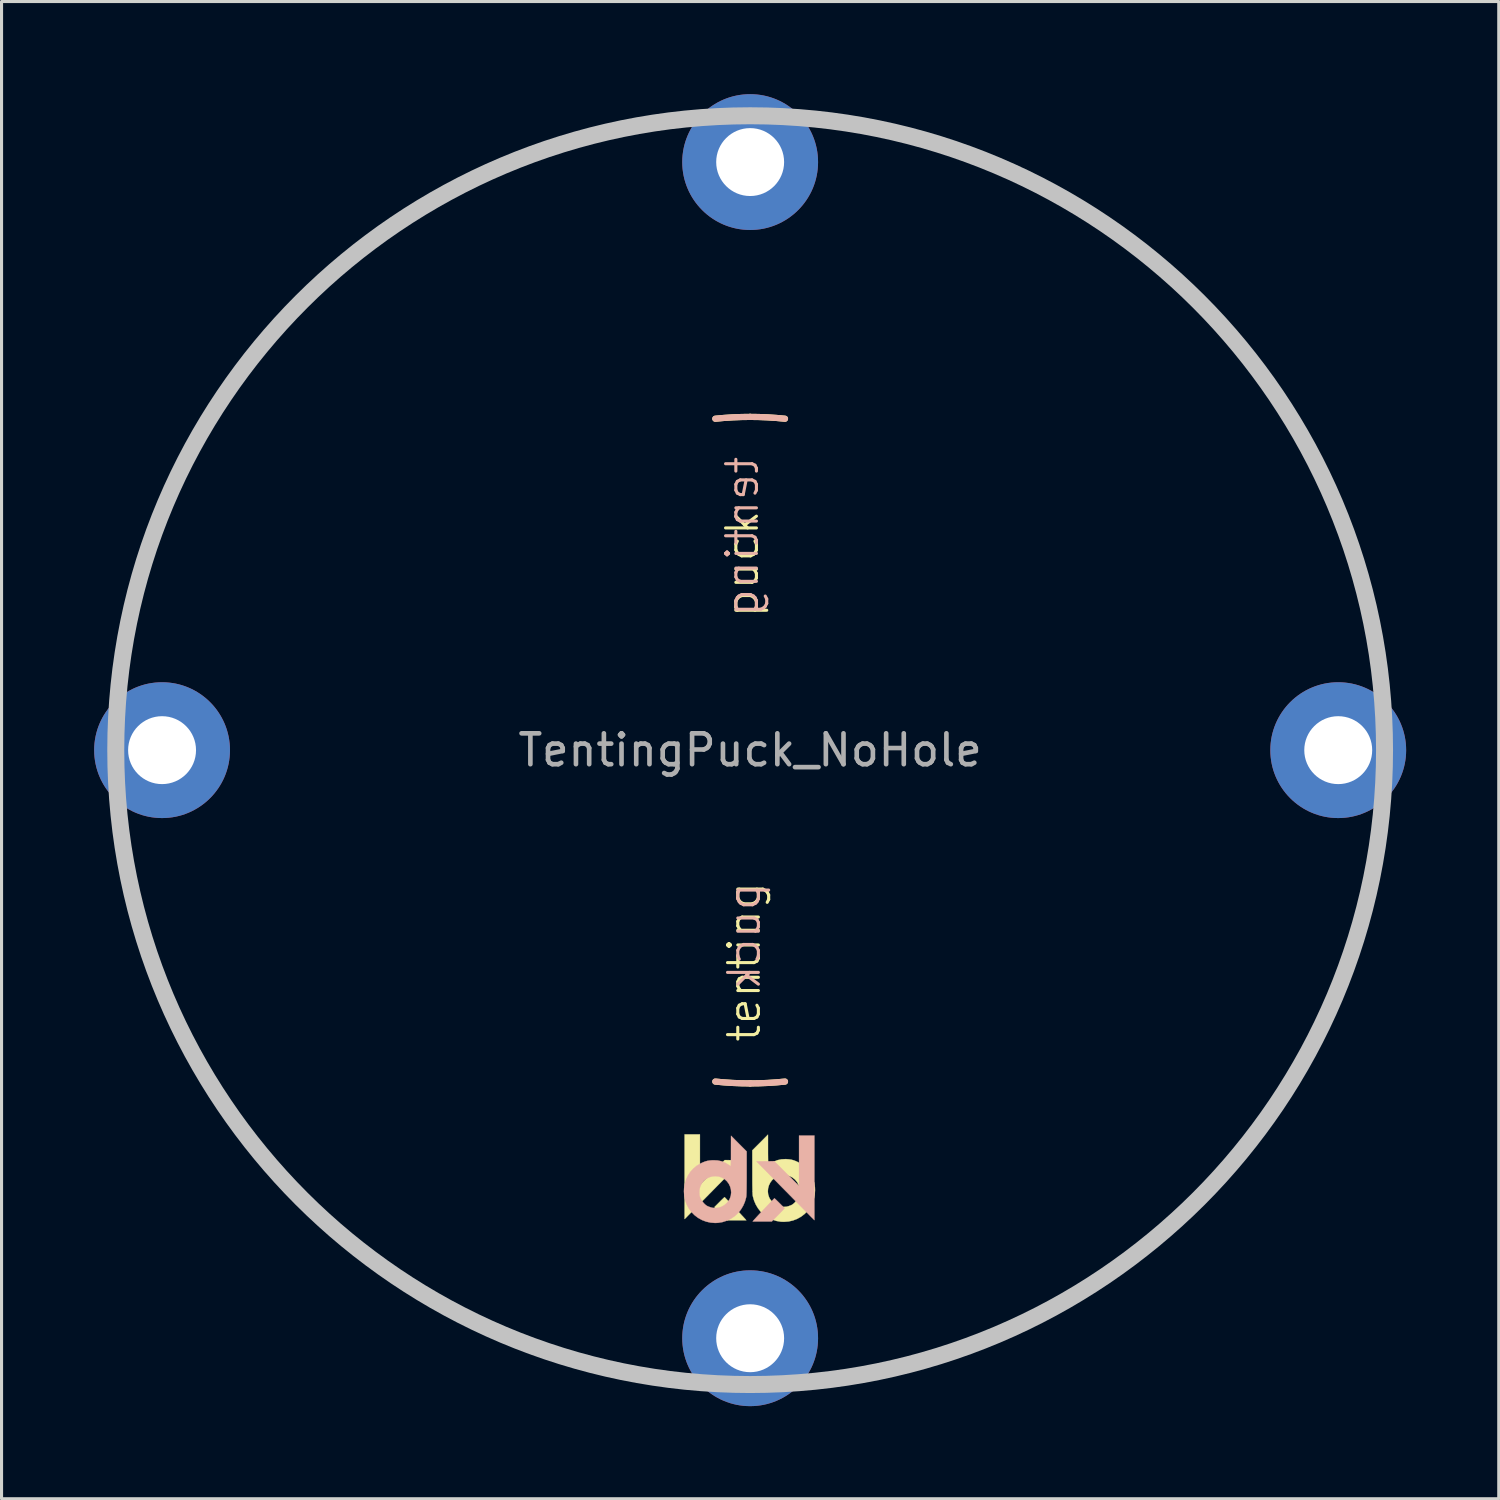
<source format=kicad_pcb>
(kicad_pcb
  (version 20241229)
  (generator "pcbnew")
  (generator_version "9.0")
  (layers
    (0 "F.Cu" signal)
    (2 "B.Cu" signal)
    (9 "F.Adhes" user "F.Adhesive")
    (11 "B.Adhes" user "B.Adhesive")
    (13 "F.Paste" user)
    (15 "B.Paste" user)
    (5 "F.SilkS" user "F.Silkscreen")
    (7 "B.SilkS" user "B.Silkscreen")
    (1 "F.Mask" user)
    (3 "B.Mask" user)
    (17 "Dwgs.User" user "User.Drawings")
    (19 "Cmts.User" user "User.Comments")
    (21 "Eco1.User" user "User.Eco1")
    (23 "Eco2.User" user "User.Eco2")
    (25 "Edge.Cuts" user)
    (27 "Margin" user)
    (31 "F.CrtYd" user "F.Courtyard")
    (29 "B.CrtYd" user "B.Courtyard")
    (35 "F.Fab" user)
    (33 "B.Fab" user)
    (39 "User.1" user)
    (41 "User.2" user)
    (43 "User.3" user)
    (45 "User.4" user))
  (footprint "TentingPuck_NoHole"
    (layer "F.Cu")
    (at 21.25 21.25)
    (property "Reference" "TentingPuck_NoHole" (at 0 0 0) (layer "F.Fab") (effects (font (size 1 1) (thickness 0.15))))
    (attr exclude_from_pos_files exclude_from_bom)
    (fp_arc (start -20.32 -2.8575) (mid -19.91151 -4.959786) (end -19.286134 -7.008048) (stroke (width 0.2) (type solid)) (layer "F.SilkS"))
    (fp_arc (start -19.286134 7.008047) (mid -19.91151 4.959786) (end -20.32 2.8575) (stroke (width 0.2) (type solid)) (layer "F.SilkS"))
    (fp_arc (start -7.008048 -19.286134) (mid -4.959786 -19.91151) (end -2.8575 -20.32) (stroke (width 0.2) (type solid)) (layer "F.SilkS"))
    (fp_arc (start -2.8575 20.32) (mid -4.959785 19.91151) (end -7.008046 19.286135) (stroke (width 0.2) (type solid)) (layer "F.SilkS"))
    (fp_arc (start -1.128385 -10.735864) (mid -0.564967 -10.780206) (end 0 -10.795) (stroke (width 0.2) (type solid)) (layer "F.SilkS"))
    (fp_arc (start 0 -10.795) (mid 0.564967 -10.780206) (end 1.128385 -10.735864) (stroke (width 0.2) (type solid)) (layer "F.SilkS"))
    (fp_arc (start 0 10.795) (mid -0.564967 10.780206) (end -1.128385 10.735864) (stroke (width 0.2) (type solid)) (layer "F.SilkS"))
    (fp_arc (start 1.128385 10.735864) (mid 0.564967 10.780206) (end 0 10.795) (stroke (width 0.2) (type solid)) (layer "F.SilkS"))
    (fp_arc (start 2.8575 -20.32) (mid 4.959786 -19.91151) (end 7.008047 -19.286134) (stroke (width 0.2) (type solid)) (layer "F.SilkS"))
    (fp_arc (start 7.008047 19.286134) (mid 4.959786 19.91151) (end 2.8575 20.32) (stroke (width 0.2) (type solid)) (layer "F.SilkS"))
    (fp_arc (start 19.286135 -7.008045) (mid 19.91151 -4.959785) (end 20.32 -2.8575) (stroke (width 0.2) (type solid)) (layer "F.SilkS"))
    (fp_arc (start 20.32 2.8575) (mid 19.91151 4.959785) (end 19.286135 7.008046) (stroke (width 0.2) (type solid)) (layer "F.SilkS"))
    (fp_poly (pts (xy -1.627 14.082) (xy -0.824 13.279) (xy -0.535 13.282) (xy -0.247 13.285) (xy -1.094 14.145) (xy -1.212 14.265) (xy -1.327 14.382) (xy -1.437 14.494) (xy -1.542 14.6) (xy -1.64 14.7) (xy -1.731 14.791) (xy -1.811 14.874) (xy -1.882 14.945) (xy -1.941 15.005) (xy -1.987 15.052) (xy -2.019 15.084) (xy -2.032 15.098) (xy -2.123 15.19) (xy -2.123 12.448) (xy -1.627 12.448) (xy -1.627 14.082)) (stroke (width 0.01) (type solid)) (fill yes) (layer "F.SilkS"))
    (fp_poly (pts (xy -0.82 14.488) (xy -0.797 14.511) (xy -0.763 14.547) (xy -0.719 14.593) (xy -0.666 14.647) (xy -0.609 14.708) (xy -0.547 14.773) (xy -0.483 14.841) (xy -0.42 14.908) (xy -0.359 14.973) (xy -0.302 15.034) (xy -0.251 15.089) (xy -0.208 15.135) (xy -0.175 15.171) (xy -0.154 15.194) (xy -0.152 15.197) (xy -0.124 15.231) (xy -0.744 15.231) (xy -0.917 15.055) (xy -0.971 15) (xy -1.021 14.948) (xy -1.065 14.903) (xy -1.099 14.868) (xy -1.121 14.844) (xy -1.124 14.841) (xy -1.158 14.803) (xy -0.997 14.642) (xy -0.948 14.592) (xy -0.903 14.549) (xy -0.867 14.514) (xy -0.842 14.491) (xy -0.829 14.48) (xy -0.829 14.48) (xy -0.82 14.488)) (stroke (width 0.01) (type solid)) (fill yes) (layer "F.SilkS"))
    (fp_poly (pts (xy 0.578 12.948) (xy 0.578 13.052) (xy 0.579 13.149) (xy 0.58 13.236) (xy 0.581 13.31) (xy 0.582 13.37) (xy 0.583 13.413) (xy 0.585 13.437) (xy 0.586 13.441) (xy 0.598 13.435) (xy 0.623 13.419) (xy 0.647 13.401) (xy 0.762 13.331) (xy 0.884 13.282) (xy 1.014 13.254) (xy 1.153 13.247) (xy 1.171 13.248) (xy 1.261 13.255) (xy 1.337 13.267) (xy 1.409 13.286) (xy 1.484 13.315) (xy 1.554 13.348) (xy 1.682 13.423) (xy 1.795 13.515) (xy 1.892 13.622) (xy 1.972 13.743) (xy 2.033 13.874) (xy 2.076 14.016) (xy 2.099 14.167) (xy 2.102 14.256) (xy 2.092 14.409) (xy 2.061 14.553) (xy 2.008 14.693) (xy 1.95 14.8) (xy 1.865 14.92) (xy 1.763 15.025) (xy 1.648 15.113) (xy 1.521 15.184) (xy 1.385 15.236) (xy 1.241 15.268) (xy 1.093 15.279) (xy 0.993 15.275) (xy 0.848 15.25) (xy 0.707 15.204) (xy 0.574 15.138) (xy 0.452 15.054) (xy 0.343 14.954) (xy 0.335 14.944) (xy 0.254 14.84) (xy 0.184 14.722) (xy 0.129 14.596) (xy 0.092 14.469) (xy 0.083 14.423) (xy 0.08 14.394) (xy 0.078 14.344) (xy 0.076 14.294) (xy 0.573 14.294) (xy 0.583 14.391) (xy 0.614 14.485) (xy 0.642 14.539) (xy 0.709 14.628) (xy 0.789 14.699) (xy 0.878 14.751) (xy 0.975 14.784) (xy 1.076 14.797) (xy 1.18 14.789) (xy 1.253 14.769) (xy 1.296 14.753) (xy 1.337 14.736) (xy 1.353 14.728) (xy 1.398 14.697) (xy 1.448 14.651) (xy 1.496 14.595) (xy 1.537 14.537) (xy 1.559 14.498) (xy 1.579 14.454) (xy 1.591 14.415) (xy 1.599 14.373) (xy 1.603 14.318) (xy 1.603 14.313) (xy 1.6 14.205) (xy 1.577 14.107) (xy 1.534 14.014) (xy 1.516 13.985) (xy 1.451 13.908) (xy 1.372 13.845) (xy 1.283 13.8) (xy 1.186 13.772) (xy 1.085 13.763) (xy 0.984 13.773) (xy 0.885 13.803) (xy 0.871 13.81) (xy 0.783 13.863) (xy 0.709 13.931) (xy 0.65 14.011) (xy 0.607 14.101) (xy 0.581 14.196) (xy 0.573 14.294) (xy 0.076 14.294) (xy 0.076 14.274) (xy 0.074 14.185) (xy 0.072 14.078) (xy 0.071 13.955) (xy 0.071 13.818) (xy 0.071 13.668) (xy 0.071 13.656) (xy 0.07 12.964) (xy 0.578 12.454) (xy 0.578 12.948)) (stroke (width 0.01) (type solid)) (fill yes) (layer "F.SilkS"))
    (fp_arc (start -20.32 -2.8575) (mid -19.91151 -4.959784) (end -19.286136 -7.008044) (stroke (width 0.2) (type solid)) (layer "B.SilkS"))
    (fp_arc (start -19.286135 7.008046) (mid -19.91151 4.959785) (end -20.32 2.8575) (stroke (width 0.2) (type solid)) (layer "B.SilkS"))
    (fp_arc (start -7.008046 -19.286135) (mid -4.959785 -19.91151) (end -2.8575 -20.32) (stroke (width 0.2) (type solid)) (layer "B.SilkS"))
    (fp_arc (start -2.8575 20.32) (mid -4.959785 19.91151) (end -7.008045 19.286135) (stroke (width 0.2) (type solid)) (layer "B.SilkS"))
    (fp_arc (start -1.128385 -10.735864) (mid -0.564967 -10.780206) (end 0 -10.795) (stroke (width 0.2) (type solid)) (layer "B.SilkS"))
    (fp_arc (start 0 -10.795) (mid 0.564967 -10.780206) (end 1.128385 -10.735864) (stroke (width 0.2) (type solid)) (layer "B.SilkS"))
    (fp_arc (start 0 10.795) (mid -0.564967 10.780206) (end -1.128385 10.735864) (stroke (width 0.2) (type solid)) (layer "B.SilkS"))
    (fp_arc (start 1.128385 10.735864) (mid 0.564967 10.780206) (end 0 10.795) (stroke (width 0.2) (type solid)) (layer "B.SilkS"))
    (fp_arc (start 2.8575 -20.32) (mid 4.959787 -19.91151) (end 7.008049 -19.286134) (stroke (width 0.2) (type solid)) (layer "B.SilkS"))
    (fp_arc (start 7.008045 19.286135) (mid 4.959785 19.91151) (end 2.8575 20.32) (stroke (width 0.2) (type solid)) (layer "B.SilkS"))
    (fp_arc (start 19.286134 -7.008048) (mid 19.91151 -4.959786) (end 20.32 -2.8575) (stroke (width 0.2) (type solid)) (layer "B.SilkS"))
    (fp_arc (start 20.32 2.8575) (mid 19.91151 4.959786) (end 19.286134 7.008048) (stroke (width 0.2) (type solid)) (layer "B.SilkS"))
    (fp_poly (pts (xy 1.584 14.118) (xy 0.782 13.315) (xy 0.493 13.318) (xy 0.205 13.322) (xy 1.052 14.182) (xy 1.17 14.301) (xy 1.285 14.418) (xy 1.395 14.53) (xy 1.5 14.637) (xy 1.598 14.736) (xy 1.688 14.828) (xy 1.769 14.91) (xy 1.84 14.981) (xy 1.899 15.041) (xy 1.944 15.088) (xy 1.976 15.12) (xy 1.99 15.134) (xy 2.081 15.226) (xy 2.081 12.484) (xy 1.584 12.484) (xy 1.584 14.118)) (stroke (width 0.01) (type solid)) (fill yes) (layer "B.SilkS"))
    (fp_poly (pts (xy 0.778 14.525) (xy 0.755 14.547) (xy 0.721 14.583) (xy 0.676 14.629) (xy 0.624 14.684) (xy 0.566 14.745) (xy 0.505 14.81) (xy 0.441 14.877) (xy 0.378 14.944) (xy 0.316 15.009) (xy 0.259 15.07) (xy 0.208 15.125) (xy 0.166 15.172) (xy 0.133 15.207) (xy 0.112 15.231) (xy 0.11 15.233) (xy 0.082 15.267) (xy 0.702 15.267) (xy 0.875 15.091) (xy 0.929 15.036) (xy 0.979 14.985) (xy 1.023 14.939) (xy 1.057 14.904) (xy 1.079 14.88) (xy 1.082 14.877) (xy 1.116 14.839) (xy 0.955 14.678) (xy 0.905 14.628) (xy 0.861 14.585) (xy 0.825 14.55) (xy 0.799 14.527) (xy 0.787 14.517) (xy 0.787 14.516) (xy 0.778 14.525)) (stroke (width 0.01) (type solid)) (fill yes) (layer "B.SilkS"))
    (fp_poly (pts (xy -0.621 12.984) (xy -0.621 13.088) (xy -0.621 13.185) (xy -0.622 13.272) (xy -0.623 13.346) (xy -0.624 13.406) (xy -0.625 13.45) (xy -0.627 13.473) (xy -0.628 13.477) (xy -0.64 13.471) (xy -0.665 13.455) (xy -0.689 13.438) (xy -0.804 13.367) (xy -0.926 13.318) (xy -1.057 13.29) (xy -1.196 13.284) (xy -1.214 13.284) (xy -1.303 13.291) (xy -1.38 13.303) (xy -1.451 13.322) (xy -1.526 13.351) (xy -1.596 13.384) (xy -1.724 13.459) (xy -1.837 13.551) (xy -1.934 13.658) (xy -2.014 13.779) (xy -2.076 13.911) (xy -2.118 14.053) (xy -2.141 14.203) (xy -2.145 14.293) (xy -2.134 14.445) (xy -2.103 14.59) (xy -2.05 14.729) (xy -1.993 14.836) (xy -1.907 14.956) (xy -1.805 15.061) (xy -1.69 15.149) (xy -1.563 15.22) (xy -1.427 15.272) (xy -1.283 15.304) (xy -1.135 15.316) (xy -1.035 15.311) (xy -0.89 15.286) (xy -0.75 15.24) (xy -0.616 15.174) (xy -0.494 15.09) (xy -0.386 14.99) (xy -0.377 14.981) (xy -0.296 14.876) (xy -0.226 14.758) (xy -0.171 14.632) (xy -0.134 14.505) (xy -0.125 14.459) (xy -0.122 14.43) (xy -0.12 14.38) (xy -0.118 14.33) (xy -0.615 14.33) (xy -0.625 14.428) (xy -0.656 14.522) (xy -0.684 14.576) (xy -0.751 14.664) (xy -0.831 14.735) (xy -0.92 14.787) (xy -1.017 14.82) (xy -1.119 14.833) (xy -1.222 14.825) (xy -1.295 14.805) (xy -1.338 14.789) (xy -1.379 14.772) (xy -1.395 14.764) (xy -1.441 14.733) (xy -1.49 14.687) (xy -1.538 14.632) (xy -1.579 14.573) (xy -1.601 14.534) (xy -1.621 14.49) (xy -1.634 14.452) (xy -1.641 14.409) (xy -1.645 14.354) (xy -1.646 14.349) (xy -1.642 14.241) (xy -1.619 14.144) (xy -1.576 14.05) (xy -1.558 14.022) (xy -1.493 13.944) (xy -1.415 13.882) (xy -1.325 13.836) (xy -1.228 13.808) (xy -1.127 13.799) (xy -1.026 13.809) (xy -0.927 13.84) (xy -0.913 13.846) (xy -0.825 13.899) (xy -0.751 13.967) (xy -0.692 14.047) (xy -0.649 14.137) (xy -0.623 14.232) (xy -0.615 14.33) (xy -0.118 14.33) (xy -0.118 14.31) (xy -0.116 14.221) (xy -0.115 14.114) (xy -0.114 13.991) (xy -0.113 13.854) (xy -0.113 13.704) (xy -0.113 13.692) (xy -0.113 13) (xy -0.62 12.49) (xy -0.621 12.984)) (stroke (width 0.01) (type solid)) (fill yes) (layer "B.SilkS"))
    (fp_circle (center 0 0) (end 20.55 0) (stroke (width 0.55) (type solid)) (fill no) (layer "Dwgs.User"))
    (fp_text user "puck" (at -0.254 -6.032 90) (unlocked yes) (layer "F.SilkS") (effects (font (size 1 1) (thickness 0.1))))
    (fp_text user "tenting" (at -0.191 6.858 90) (unlocked yes) (layer "F.SilkS") (effects (font (size 1 1) (thickness 0.1))))
    (fp_text user "tenting" (at -0.254 -6.921 90) (unlocked yes) (layer "B.SilkS") (effects (font (size 1 1) (thickness 0.1)) (justify mirror)))
    (fp_text user "puck" (at -0.191 6.032 90) (unlocked yes) (layer "B.SilkS") (effects (font (size 1 1) (thickness 0.1)) (justify mirror)))
    (pad "1" thru_hole circle (at -19.05 0) (size 4.4 4.4) (drill 2.2) (layers "*.Cu" "*.Mask"))
    (pad "1" thru_hole circle (at 0 -19.05) (size 4.4 4.4) (drill 2.2) (layers "*.Cu" "*.Mask"))
    (pad "1" thru_hole circle (at 0 19.05) (size 4.4 4.4) (drill 2.2) (layers "*.Cu" "*.Mask"))
    (pad "1" thru_hole circle (at 19.05 0) (size 4.4 4.4) (drill 2.2) (layers "*.Cu" "*.Mask")))
  (gr_rect
    (start -3 -3)
    (end 45.5 45.5)
    (stroke (width 0.1) (type default))
    (fill no)
    (layer "Edge.Cuts")))
</source>
